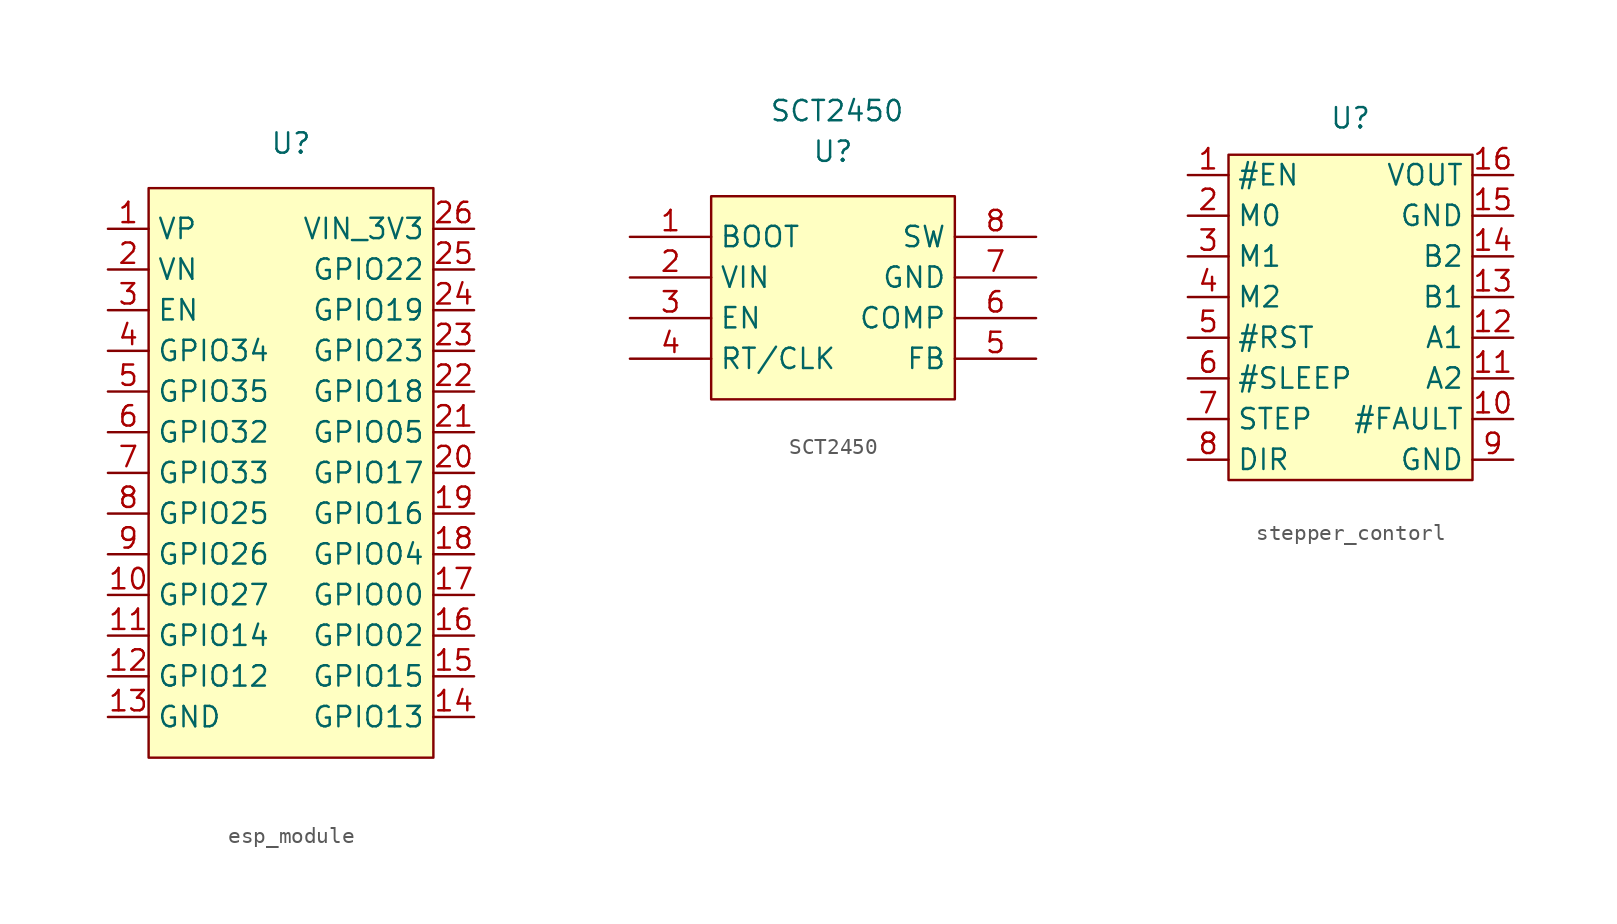
<source format=kicad_sym>
(kicad_symbol_lib
  (version 20231120)
  (generator "kicad_symbol_editor")
  (generator_version "8.0")
  (symbol "esp_module"
    (property "Reference" "U"
      (at 0 20.574 0)
      (effects (font (size 1.27 1.27))))
    (property "Value" ""
      (at 0 7.62 0)
      (effects (font (size 1.27 1.27))))
    (symbol "esp_module_1_1"
      (rectangle (start -8.89 17.78) (end 8.89 -17.78) (stroke (width 0) (type default)) (fill (type background)))
      (pin bidirectional line (at -11.43 15.24 0) (length 2.54) (name "VP" (effects (font (size 1.27 1.27)))) (number "1" (effects (font (size 1.27 1.27)))))
      (pin bidirectional line (at -11.43 -7.62 0) (length 2.54) (name "GPIO27" (effects (font (size 1.27 1.27)))) (number "10" (effects (font (size 1.27 1.27)))))
      (pin bidirectional line (at -11.43 -10.16 0) (length 2.54) (name "GPIO14" (effects (font (size 1.27 1.27)))) (number "11" (effects (font (size 1.27 1.27)))))
      (pin bidirectional line (at -11.43 -12.7 0) (length 2.54) (name "GPIO12" (effects (font (size 1.27 1.27)))) (number "12" (effects (font (size 1.27 1.27)))))
      (pin input line (at -11.43 -15.24 0) (length 2.54) (name "GND" (effects (font (size 1.27 1.27)))) (number "13" (effects (font (size 1.27 1.27)))))
      (pin bidirectional line (at 11.43 -15.24 180) (length 2.54) (name "GPIO13" (effects (font (size 1.27 1.27)))) (number "14" (effects (font (size 1.27 1.27)))))
      (pin bidirectional line (at 11.43 -12.7 180) (length 2.54) (name "GPIO15" (effects (font (size 1.27 1.27)))) (number "15" (effects (font (size 1.27 1.27)))))
      (pin bidirectional line (at 11.43 -10.16 180) (length 2.54) (name "GPIO02" (effects (font (size 1.27 1.27)))) (number "16" (effects (font (size 1.27 1.27)))))
      (pin bidirectional line (at 11.43 -7.62 180) (length 2.54) (name "GPIO00" (effects (font (size 1.27 1.27)))) (number "17" (effects (font (size 1.27 1.27)))))
      (pin bidirectional line (at 11.43 -5.08 180) (length 2.54) (name "GPIO04" (effects (font (size 1.27 1.27)))) (number "18" (effects (font (size 1.27 1.27)))))
      (pin bidirectional line (at 11.43 -2.54 180) (length 2.54) (name "GPIO16" (effects (font (size 1.27 1.27)))) (number "19" (effects (font (size 1.27 1.27)))))
      (pin bidirectional line (at -11.43 12.7 0) (length 2.54) (name "VN" (effects (font (size 1.27 1.27)))) (number "2" (effects (font (size 1.27 1.27)))))
      (pin bidirectional line (at 11.43 0 180) (length 2.54) (name "GPIO17" (effects (font (size 1.27 1.27)))) (number "20" (effects (font (size 1.27 1.27)))))
      (pin bidirectional line (at 11.43 2.54 180) (length 2.54) (name "GPIO05" (effects (font (size 1.27 1.27)))) (number "21" (effects (font (size 1.27 1.27)))))
      (pin bidirectional line (at 11.43 5.08 180) (length 2.54) (name "GPIO18" (effects (font (size 1.27 1.27)))) (number "22" (effects (font (size 1.27 1.27)))))
      (pin bidirectional line (at 11.43 7.62 180) (length 2.54) (name "GPIO23" (effects (font (size 1.27 1.27)))) (number "23" (effects (font (size 1.27 1.27)))))
      (pin bidirectional line (at 11.43 10.16 180) (length 2.54) (name "GPIO19" (effects (font (size 1.27 1.27)))) (number "24" (effects (font (size 1.27 1.27)))))
      (pin bidirectional line (at 11.43 12.7 180) (length 2.54) (name "GPIO22" (effects (font (size 1.27 1.27)))) (number "25" (effects (font (size 1.27 1.27)))))
      (pin input line (at 11.43 15.24 180) (length 2.54) (name "VIN_3V3" (effects (font (size 1.27 1.27)))) (number "26" (effects (font (size 1.27 1.27)))))
      (pin bidirectional line (at -11.43 10.16 0) (length 2.54) (name "EN" (effects (font (size 1.27 1.27)))) (number "3" (effects (font (size 1.27 1.27)))))
      (pin bidirectional line (at -11.43 7.62 0) (length 2.54) (name "GPIO34" (effects (font (size 1.27 1.27)))) (number "4" (effects (font (size 1.27 1.27)))))
      (pin bidirectional line (at -11.43 5.08 0) (length 2.54) (name "GPIO35" (effects (font (size 1.27 1.27)))) (number "5" (effects (font (size 1.27 1.27)))))
      (pin bidirectional line (at -11.43 2.54 0) (length 2.54) (name "GPIO32" (effects (font (size 1.27 1.27)))) (number "6" (effects (font (size 1.27 1.27)))))
      (pin bidirectional line (at -11.43 0 0) (length 2.54) (name "GPIO33" (effects (font (size 1.27 1.27)))) (number "7" (effects (font (size 1.27 1.27)))))
      (pin bidirectional line (at -11.43 -2.54 0) (length 2.54) (name "GPIO25" (effects (font (size 1.27 1.27)))) (number "8" (effects (font (size 1.27 1.27)))))
      (pin bidirectional line (at -11.43 -5.08 0) (length 2.54) (name "GPIO26" (effects (font (size 1.27 1.27)))) (number "9" (effects (font (size 1.27 1.27)))))))
  (symbol "SCT2450"
    (property "Reference" "U"
      (at 0 7.874 0)
      (effects (font (size 1.27 1.27))))
    (property "Value" "SCT2450"
      (at 0.254 10.414 0)
      (effects (font (size 1.27 1.27))))
    (symbol "SCT2450_1_1"
      (rectangle (start -7.62 5.08) (end 7.62 -7.62) (stroke (width 0.152) (type solid)) (fill (type background)))
      (pin input line (at -12.7 2.54 0) (length 5.08) (name "BOOT" (effects (font (size 1.27 1.27)))) (number "1" (effects (font (size 1.27 1.27)))))
      (pin input line (at -12.7 0 0) (length 5.08) (name "VIN" (effects (font (size 1.27 1.27)))) (number "2" (effects (font (size 1.27 1.27)))))
      (pin input line (at -12.7 -2.54 0) (length 5.08) (name "EN" (effects (font (size 1.27 1.27)))) (number "3" (effects (font (size 1.27 1.27)))))
      (pin input line (at -12.7 -5.08 0) (length 5.08) (name "RT/CLK" (effects (font (size 1.27 1.27)))) (number "4" (effects (font (size 1.27 1.27)))))
      (pin input line (at 12.7 -5.08 180) (length 5.08) (name "FB" (effects (font (size 1.27 1.27)))) (number "5" (effects (font (size 1.27 1.27)))))
      (pin input line (at 12.7 -2.54 180) (length 5.08) (name "COMP" (effects (font (size 1.27 1.27)))) (number "6" (effects (font (size 1.27 1.27)))))
      (pin input line (at 12.7 0 180) (length 5.08) (name "GND" (effects (font (size 1.27 1.27)))) (number "7" (effects (font (size 1.27 1.27)))))
      (pin input line (at 12.7 2.54 180) (length 5.08) (name "SW" (effects (font (size 1.27 1.27)))) (number "8" (effects (font (size 1.27 1.27)))))))
  (symbol "stepper_contorl"
    (property "Reference" "U"
      (at 0 9.906 0)
      (effects (font (size 1.27 1.27))))
    (property "Value" ""
      (at 0 0 0)
      (effects (font (size 1.27 1.27))))
    (symbol "stepper_contorl_1_1"
      (rectangle (start -7.62 7.62) (end 7.62 -12.7) (stroke (width 0) (type default)) (fill (type background)))
      (pin input line (at -10.16 6.35 0) (length 2.54) (name "#EN" (effects (font (size 1.27 1.27)))) (number "1" (effects (font (size 1.27 1.27)))))
      (pin input line (at 10.16 -8.89 180) (length 2.54) (name "#FAULT" (effects (font (size 1.27 1.27)))) (number "10" (effects (font (size 1.27 1.27)))))
      (pin input line (at 10.16 -6.35 180) (length 2.54) (name "A2" (effects (font (size 1.27 1.27)))) (number "11" (effects (font (size 1.27 1.27)))))
      (pin input line (at 10.16 -3.81 180) (length 2.54) (name "A1" (effects (font (size 1.27 1.27)))) (number "12" (effects (font (size 1.27 1.27)))))
      (pin input line (at 10.16 -1.27 180) (length 2.54) (name "B1" (effects (font (size 1.27 1.27)))) (number "13" (effects (font (size 1.27 1.27)))))
      (pin input line (at 10.16 1.27 180) (length 2.54) (name "B2" (effects (font (size 1.27 1.27)))) (number "14" (effects (font (size 1.27 1.27)))))
      (pin input line (at 10.16 3.81 180) (length 2.54) (name "GND" (effects (font (size 1.27 1.27)))) (number "15" (effects (font (size 1.27 1.27)))))
      (pin input line (at 10.16 6.35 180) (length 2.54) (name "VOUT" (effects (font (size 1.27 1.27)))) (number "16" (effects (font (size 1.27 1.27)))))
      (pin input line (at -10.16 3.81 0) (length 2.54) (name "M0" (effects (font (size 1.27 1.27)))) (number "2" (effects (font (size 1.27 1.27)))))
      (pin input line (at -10.16 1.27 0) (length 2.54) (name "M1" (effects (font (size 1.27 1.27)))) (number "3" (effects (font (size 1.27 1.27)))))
      (pin input line (at -10.16 -1.27 0) (length 2.54) (name "M2" (effects (font (size 1.27 1.27)))) (number "4" (effects (font (size 1.27 1.27)))))
      (pin input line (at -10.16 -3.81 0) (length 2.54) (name "#RST" (effects (font (size 1.27 1.27)))) (number "5" (effects (font (size 1.27 1.27)))))
      (pin input line (at -10.16 -6.35 0) (length 2.54) (name "#SLEEP" (effects (font (size 1.27 1.27)))) (number "6" (effects (font (size 1.27 1.27)))))
      (pin input line (at -10.16 -8.89 0) (length 2.54) (name "STEP" (effects (font (size 1.27 1.27)))) (number "7" (effects (font (size 1.27 1.27)))))
      (pin input line (at -10.16 -11.43 0) (length 2.54) (name "DIR" (effects (font (size 1.27 1.27)))) (number "8" (effects (font (size 1.27 1.27)))))
      (pin input line (at 10.16 -11.43 180) (length 2.54) (name "GND" (effects (font (size 1.27 1.27)))) (number "9" (effects (font (size 1.27 1.27))))))))
</source>
